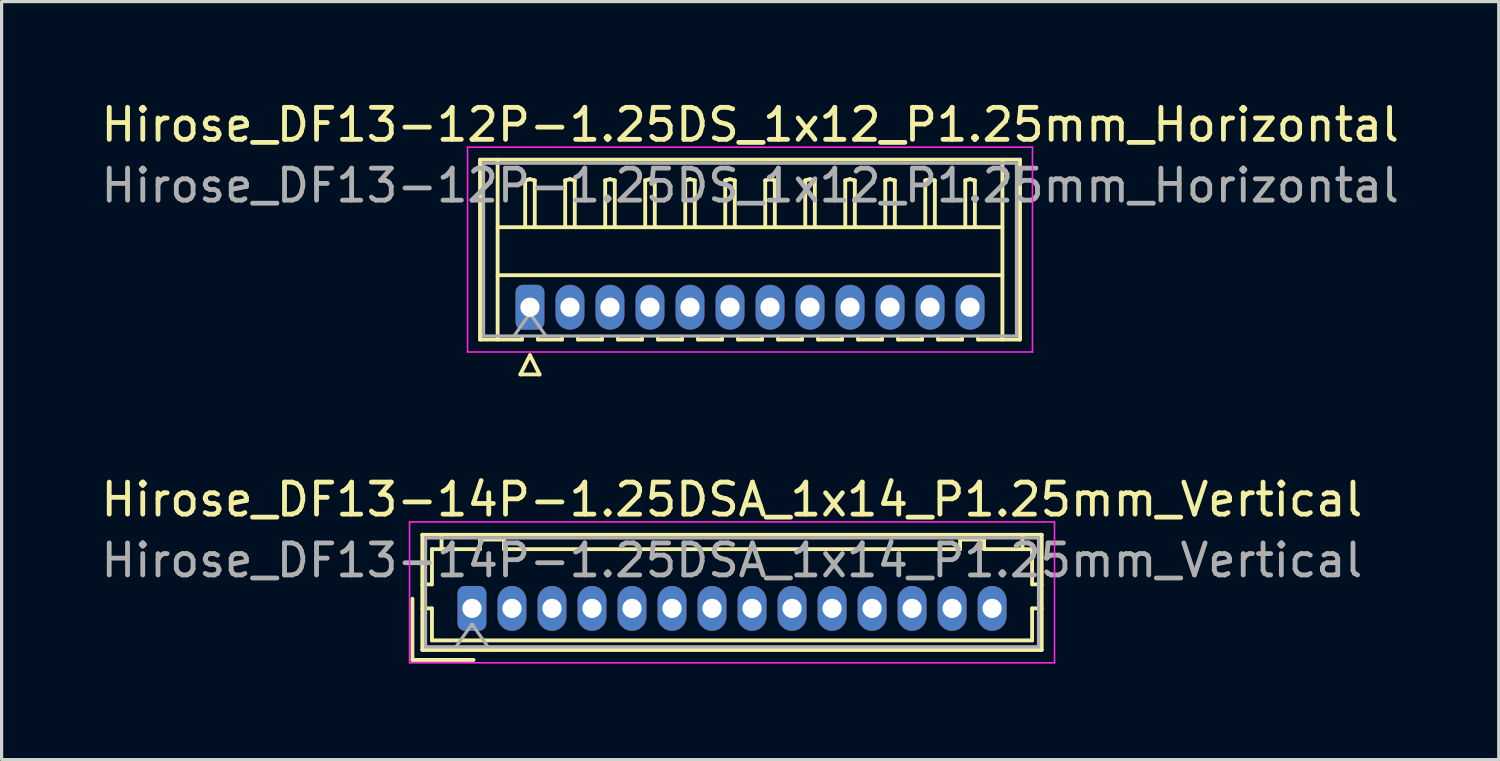
<source format=kicad_pcb>
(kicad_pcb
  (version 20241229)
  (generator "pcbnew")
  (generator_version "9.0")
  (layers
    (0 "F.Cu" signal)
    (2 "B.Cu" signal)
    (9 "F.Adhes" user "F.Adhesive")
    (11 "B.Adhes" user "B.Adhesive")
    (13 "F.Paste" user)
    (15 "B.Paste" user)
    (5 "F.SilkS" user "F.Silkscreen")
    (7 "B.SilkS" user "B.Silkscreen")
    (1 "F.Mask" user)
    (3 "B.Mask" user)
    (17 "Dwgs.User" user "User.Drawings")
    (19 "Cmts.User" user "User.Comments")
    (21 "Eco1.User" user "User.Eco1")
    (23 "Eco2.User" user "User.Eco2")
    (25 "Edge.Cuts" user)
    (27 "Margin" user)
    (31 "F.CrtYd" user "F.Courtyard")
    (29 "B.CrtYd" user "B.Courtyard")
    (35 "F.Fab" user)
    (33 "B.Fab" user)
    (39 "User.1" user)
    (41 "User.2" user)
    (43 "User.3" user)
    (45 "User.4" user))
  (footprint "Hirose_DF13-14P-1.25DSA_1x14_P1.25mm_Vertical"
    (layer "F.Cu")
    (at 11.695 15.957)
    (property "Reference" "Hirose_DF13-14P-1.25DSA_1x14_P1.25mm_Vertical" (at 8.12 -3.4 0) (layer "F.SilkS") (effects (font (size 1 1) (thickness 0.15))))
    (attr through_hole)
    (fp_line (start -1.86 -0.3) (end -1.86 1.61) (stroke (width 0.12) (type solid)) (layer "F.SilkS"))
    (fp_line (start -1.86 1.61) (end 0.05 1.61) (stroke (width 0.12) (type solid)) (layer "F.SilkS"))
    (fp_line (start -1.55 -2.3) (end -1.55 1.3) (stroke (width 0.12) (type solid)) (layer "F.SilkS"))
    (fp_line (start -1.55 -0.75) (end -1.25 -0.75) (stroke (width 0.12) (type solid)) (layer "F.SilkS"))
    (fp_line (start -1.55 0) (end -1.25 0) (stroke (width 0.12) (type solid)) (layer "F.SilkS"))
    (fp_line (start -1.55 1.3) (end 17.8 1.3) (stroke (width 0.12) (type solid)) (layer "F.SilkS"))
    (fp_line (start -1.25 -1.85) (end -0.95 -1.85) (stroke (width 0.12) (type solid)) (layer "F.SilkS"))
    (fp_line (start -1.25 -0.75) (end -1.25 -1.85) (stroke (width 0.12) (type solid)) (layer "F.SilkS"))
    (fp_line (start -1.25 0) (end -1.25 1) (stroke (width 0.12) (type solid)) (layer "F.SilkS"))
    (fp_line (start -1.25 1) (end 17.5 1) (stroke (width 0.12) (type solid)) (layer "F.SilkS"))
    (fp_line (start -0.95 -1.85) (end -0.95 -2.3) (stroke (width 0.12) (type solid)) (layer "F.SilkS"))
    (fp_line (start -0.95 -1.85) (end 0.25 -1.85) (stroke (width 0.12) (type solid)) (layer "F.SilkS"))
    (fp_line (start 0.25 -2.15) (end 1 -2.15) (stroke (width 0.12) (type solid)) (layer "F.SilkS"))
    (fp_line (start 0.25 -1.85) (end 0.25 -2.15) (stroke (width 0.12) (type solid)) (layer "F.SilkS"))
    (fp_line (start 1 -2.15) (end 1 -1.85) (stroke (width 0.12) (type solid)) (layer "F.SilkS"))
    (fp_line (start 1 -1.85) (end 15.25 -1.85) (stroke (width 0.12) (type solid)) (layer "F.SilkS"))
    (fp_line (start 15.25 -2.15) (end 16 -2.15) (stroke (width 0.12) (type solid)) (layer "F.SilkS"))
    (fp_line (start 15.25 -1.85) (end 15.25 -2.15) (stroke (width 0.12) (type solid)) (layer "F.SilkS"))
    (fp_line (start 16 -2.15) (end 16 -1.85) (stroke (width 0.12) (type solid)) (layer "F.SilkS"))
    (fp_line (start 16 -1.85) (end 17.2 -1.85) (stroke (width 0.12) (type solid)) (layer "F.SilkS"))
    (fp_line (start 17.2 -1.85) (end 17.2 -2.3) (stroke (width 0.12) (type solid)) (layer "F.SilkS"))
    (fp_line (start 17.5 -1.85) (end 17.2 -1.85) (stroke (width 0.12) (type solid)) (layer "F.SilkS"))
    (fp_line (start 17.5 -0.75) (end 17.5 -1.85) (stroke (width 0.12) (type solid)) (layer "F.SilkS"))
    (fp_line (start 17.5 0) (end 17.8 0) (stroke (width 0.12) (type solid)) (layer "F.SilkS"))
    (fp_line (start 17.5 1) (end 17.5 0) (stroke (width 0.12) (type solid)) (layer "F.SilkS"))
    (fp_line (start 17.8 -2.3) (end -1.55 -2.3) (stroke (width 0.12) (type solid)) (layer "F.SilkS"))
    (fp_line (start 17.8 -0.75) (end 17.5 -0.75) (stroke (width 0.12) (type solid)) (layer "F.SilkS"))
    (fp_line (start 17.8 1.3) (end 17.8 -2.3) (stroke (width 0.12) (type solid)) (layer "F.SilkS"))
    (fp_line (start -1.95 -2.7) (end -1.95 1.7) (stroke (width 0.05) (type solid)) (layer "F.CrtYd"))
    (fp_line (start -1.95 1.7) (end 18.2 1.7) (stroke (width 0.05) (type solid)) (layer "F.CrtYd"))
    (fp_line (start 18.2 -2.7) (end -1.95 -2.7) (stroke (width 0.05) (type solid)) (layer "F.CrtYd"))
    (fp_line (start 18.2 1.7) (end 18.2 -2.7) (stroke (width 0.05) (type solid)) (layer "F.CrtYd"))
    (fp_line (start -1.45 -2.2) (end -1.45 1.2) (stroke (width 0.1) (type solid)) (layer "F.Fab"))
    (fp_line (start -1.45 1.2) (end 17.7 1.2) (stroke (width 0.1) (type solid)) (layer "F.Fab"))
    (fp_line (start -0.5 1.2) (end 0 0.493) (stroke (width 0.1) (type solid)) (layer "F.Fab"))
    (fp_line (start 0 0.493) (end 0.5 1.2) (stroke (width 0.1) (type solid)) (layer "F.Fab"))
    (fp_line (start 17.7 -2.2) (end -1.45 -2.2) (stroke (width 0.1) (type solid)) (layer "F.Fab"))
    (fp_line (start 17.7 1.2) (end 17.7 -2.2) (stroke (width 0.1) (type solid)) (layer "F.Fab"))
    (fp_text user "${REFERENCE}" (at 8.12 -1.5 0) (layer "F.Fab") (effects (font (size 1 1) (thickness 0.15))))
    (pad "1" thru_hole roundrect (at 0 0) (size 0.9 1.4) (drill 0.6) (layers "*.Cu" "*.Mask") (roundrect_rratio 0.25))
    (pad "2" thru_hole oval (at 1.25 0) (size 0.9 1.4) (drill 0.6) (layers "*.Cu" "*.Mask"))
    (pad "3" thru_hole oval (at 2.5 0) (size 0.9 1.4) (drill 0.6) (layers "*.Cu" "*.Mask"))
    (pad "4" thru_hole oval (at 3.75 0) (size 0.9 1.4) (drill 0.6) (layers "*.Cu" "*.Mask"))
    (pad "5" thru_hole oval (at 5 0) (size 0.9 1.4) (drill 0.6) (layers "*.Cu" "*.Mask"))
    (pad "6" thru_hole oval (at 6.25 0) (size 0.9 1.4) (drill 0.6) (layers "*.Cu" "*.Mask"))
    (pad "7" thru_hole oval (at 7.5 0) (size 0.9 1.4) (drill 0.6) (layers "*.Cu" "*.Mask"))
    (pad "8" thru_hole oval (at 8.75 0) (size 0.9 1.4) (drill 0.6) (layers "*.Cu" "*.Mask"))
    (pad "9" thru_hole oval (at 10 0) (size 0.9 1.4) (drill 0.6) (layers "*.Cu" "*.Mask"))
    (pad "10" thru_hole oval (at 11.25 0) (size 0.9 1.4) (drill 0.6) (layers "*.Cu" "*.Mask"))
    (pad "11" thru_hole oval (at 12.5 0) (size 0.9 1.4) (drill 0.6) (layers "*.Cu" "*.Mask"))
    (pad "12" thru_hole oval (at 13.75 0) (size 0.9 1.4) (drill 0.6) (layers "*.Cu" "*.Mask"))
    (pad "13" thru_hole oval (at 15 0) (size 0.9 1.4) (drill 0.6) (layers "*.Cu" "*.Mask"))
    (pad "14" thru_hole oval (at 16.25 0) (size 0.9 1.4) (drill 0.6) (layers "*.Cu" "*.Mask")))
  (footprint "Hirose_DF13-12P-1.25DS_1x12_P1.25mm_Horizontal"
    (layer "F.Cu")
    (at 13.507 6.548)
    (property "Reference" "Hirose_DF13-12P-1.25DS_1x12_P1.25mm_Horizontal" (at 6.88 -5.7 0) (layer "F.SilkS") (effects (font (size 1 1) (thickness 0.15))))
    (attr through_hole)
    (fp_line (start -1.56 -4.61) (end 15.31 -4.61) (stroke (width 0.12) (type solid)) (layer "F.SilkS"))
    (fp_line (start -1.56 1.01) (end -1.56 -4.61) (stroke (width 0.12) (type solid)) (layer "F.SilkS"))
    (fp_line (start -1.01 -4.61) (end -1.01 1.01) (stroke (width 0.12) (type solid)) (layer "F.SilkS"))
    (fp_line (start -1.01 -2.5) (end 14.76 -2.5) (stroke (width 0.12) (type solid)) (layer "F.SilkS"))
    (fp_line (start -1.01 -1) (end 14.76 -1) (stroke (width 0.12) (type solid)) (layer "F.SilkS"))
    (fp_line (start -0.3 2.1) (end 0.3 2.1) (stroke (width 0.12) (type solid)) (layer "F.SilkS"))
    (fp_line (start -0.25 0.96) (end -0.25 1.01) (stroke (width 0.12) (type solid)) (layer "F.SilkS"))
    (fp_line (start -0.25 1.01) (end -1.56 1.01) (stroke (width 0.12) (type solid)) (layer "F.SilkS"))
    (fp_line (start -0.15 -3.962) (end 0 -4) (stroke (width 0.12) (type solid)) (layer "F.SilkS"))
    (fp_line (start -0.15 -2.5) (end -0.15 -3.962) (stroke (width 0.12) (type solid)) (layer "F.SilkS"))
    (fp_line (start 0 -4) (end 0.15 -3.962) (stroke (width 0.12) (type solid)) (layer "F.SilkS"))
    (fp_line (start 0 1.5) (end -0.3 2.1) (stroke (width 0.12) (type solid)) (layer "F.SilkS"))
    (fp_line (start 0.15 -3.962) (end 0.15 -2.5) (stroke (width 0.12) (type solid)) (layer "F.SilkS"))
    (fp_line (start 0.25 0.96) (end 0.25 1.01) (stroke (width 0.12) (type solid)) (layer "F.SilkS"))
    (fp_line (start 0.25 1.01) (end 1 1.01) (stroke (width 0.12) (type solid)) (layer "F.SilkS"))
    (fp_line (start 0.3 2.1) (end 0 1.5) (stroke (width 0.12) (type solid)) (layer "F.SilkS"))
    (fp_line (start 1 1.01) (end 1 0.96) (stroke (width 0.12) (type solid)) (layer "F.SilkS"))
    (fp_line (start 1.1 -3.962) (end 1.25 -4) (stroke (width 0.12) (type solid)) (layer "F.SilkS"))
    (fp_line (start 1.1 -2.5) (end 1.1 -3.962) (stroke (width 0.12) (type solid)) (layer "F.SilkS"))
    (fp_line (start 1.25 -4) (end 1.4 -3.962) (stroke (width 0.12) (type solid)) (layer "F.SilkS"))
    (fp_line (start 1.4 -3.962) (end 1.4 -2.5) (stroke (width 0.12) (type solid)) (layer "F.SilkS"))
    (fp_line (start 1.5 0.96) (end 1.5 1.01) (stroke (width 0.12) (type solid)) (layer "F.SilkS"))
    (fp_line (start 1.5 1.01) (end 2.25 1.01) (stroke (width 0.12) (type solid)) (layer "F.SilkS"))
    (fp_line (start 2.25 1.01) (end 2.25 0.96) (stroke (width 0.12) (type solid)) (layer "F.SilkS"))
    (fp_line (start 2.35 -3.962) (end 2.5 -4) (stroke (width 0.12) (type solid)) (layer "F.SilkS"))
    (fp_line (start 2.35 -2.5) (end 2.35 -3.962) (stroke (width 0.12) (type solid)) (layer "F.SilkS"))
    (fp_line (start 2.5 -4) (end 2.65 -3.962) (stroke (width 0.12) (type solid)) (layer "F.SilkS"))
    (fp_line (start 2.65 -3.962) (end 2.65 -2.5) (stroke (width 0.12) (type solid)) (layer "F.SilkS"))
    (fp_line (start 2.75 0.96) (end 2.75 1.01) (stroke (width 0.12) (type solid)) (layer "F.SilkS"))
    (fp_line (start 2.75 1.01) (end 3.5 1.01) (stroke (width 0.12) (type solid)) (layer "F.SilkS"))
    (fp_line (start 3.5 1.01) (end 3.5 0.96) (stroke (width 0.12) (type solid)) (layer "F.SilkS"))
    (fp_line (start 3.6 -3.962) (end 3.75 -4) (stroke (width 0.12) (type solid)) (layer "F.SilkS"))
    (fp_line (start 3.6 -2.5) (end 3.6 -3.962) (stroke (width 0.12) (type solid)) (layer "F.SilkS"))
    (fp_line (start 3.75 -4) (end 3.9 -3.962) (stroke (width 0.12) (type solid)) (layer "F.SilkS"))
    (fp_line (start 3.9 -3.962) (end 3.9 -2.5) (stroke (width 0.12) (type solid)) (layer "F.SilkS"))
    (fp_line (start 4 0.96) (end 4 1.01) (stroke (width 0.12) (type solid)) (layer "F.SilkS"))
    (fp_line (start 4 1.01) (end 4.75 1.01) (stroke (width 0.12) (type solid)) (layer "F.SilkS"))
    (fp_line (start 4.75 1.01) (end 4.75 0.96) (stroke (width 0.12) (type solid)) (layer "F.SilkS"))
    (fp_line (start 4.85 -3.962) (end 5 -4) (stroke (width 0.12) (type solid)) (layer "F.SilkS"))
    (fp_line (start 4.85 -2.5) (end 4.85 -3.962) (stroke (width 0.12) (type solid)) (layer "F.SilkS"))
    (fp_line (start 5 -4) (end 5.15 -3.962) (stroke (width 0.12) (type solid)) (layer "F.SilkS"))
    (fp_line (start 5.15 -3.962) (end 5.15 -2.5) (stroke (width 0.12) (type solid)) (layer "F.SilkS"))
    (fp_line (start 5.25 0.96) (end 5.25 1.01) (stroke (width 0.12) (type solid)) (layer "F.SilkS"))
    (fp_line (start 5.25 1.01) (end 6 1.01) (stroke (width 0.12) (type solid)) (layer "F.SilkS"))
    (fp_line (start 6 1.01) (end 6 0.96) (stroke (width 0.12) (type solid)) (layer "F.SilkS"))
    (fp_line (start 6.1 -3.962) (end 6.25 -4) (stroke (width 0.12) (type solid)) (layer "F.SilkS"))
    (fp_line (start 6.1 -2.5) (end 6.1 -3.962) (stroke (width 0.12) (type solid)) (layer "F.SilkS"))
    (fp_line (start 6.25 -4) (end 6.4 -3.962) (stroke (width 0.12) (type solid)) (layer "F.SilkS"))
    (fp_line (start 6.4 -3.962) (end 6.4 -2.5) (stroke (width 0.12) (type solid)) (layer "F.SilkS"))
    (fp_line (start 6.5 0.96) (end 6.5 1.01) (stroke (width 0.12) (type solid)) (layer "F.SilkS"))
    (fp_line (start 6.5 1.01) (end 7.25 1.01) (stroke (width 0.12) (type solid)) (layer "F.SilkS"))
    (fp_line (start 7.25 1.01) (end 7.25 0.96) (stroke (width 0.12) (type solid)) (layer "F.SilkS"))
    (fp_line (start 7.35 -3.962) (end 7.5 -4) (stroke (width 0.12) (type solid)) (layer "F.SilkS"))
    (fp_line (start 7.35 -2.5) (end 7.35 -3.962) (stroke (width 0.12) (type solid)) (layer "F.SilkS"))
    (fp_line (start 7.5 -4) (end 7.65 -3.962) (stroke (width 0.12) (type solid)) (layer "F.SilkS"))
    (fp_line (start 7.65 -3.962) (end 7.65 -2.5) (stroke (width 0.12) (type solid)) (layer "F.SilkS"))
    (fp_line (start 7.75 0.96) (end 7.75 1.01) (stroke (width 0.12) (type solid)) (layer "F.SilkS"))
    (fp_line (start 7.75 1.01) (end 8.5 1.01) (stroke (width 0.12) (type solid)) (layer "F.SilkS"))
    (fp_line (start 8.5 1.01) (end 8.5 0.96) (stroke (width 0.12) (type solid)) (layer "F.SilkS"))
    (fp_line (start 8.6 -3.962) (end 8.75 -4) (stroke (width 0.12) (type solid)) (layer "F.SilkS"))
    (fp_line (start 8.6 -2.5) (end 8.6 -3.962) (stroke (width 0.12) (type solid)) (layer "F.SilkS"))
    (fp_line (start 8.75 -4) (end 8.9 -3.962) (stroke (width 0.12) (type solid)) (layer "F.SilkS"))
    (fp_line (start 8.9 -3.962) (end 8.9 -2.5) (stroke (width 0.12) (type solid)) (layer "F.SilkS"))
    (fp_line (start 9 0.96) (end 9 1.01) (stroke (width 0.12) (type solid)) (layer "F.SilkS"))
    (fp_line (start 9 1.01) (end 9.75 1.01) (stroke (width 0.12) (type solid)) (layer "F.SilkS"))
    (fp_line (start 9.75 1.01) (end 9.75 0.96) (stroke (width 0.12) (type solid)) (layer "F.SilkS"))
    (fp_line (start 9.85 -3.962) (end 10 -4) (stroke (width 0.12) (type solid)) (layer "F.SilkS"))
    (fp_line (start 9.85 -2.5) (end 9.85 -3.962) (stroke (width 0.12) (type solid)) (layer "F.SilkS"))
    (fp_line (start 10 -4) (end 10.15 -3.962) (stroke (width 0.12) (type solid)) (layer "F.SilkS"))
    (fp_line (start 10.15 -3.962) (end 10.15 -2.5) (stroke (width 0.12) (type solid)) (layer "F.SilkS"))
    (fp_line (start 10.25 0.96) (end 10.25 1.01) (stroke (width 0.12) (type solid)) (layer "F.SilkS"))
    (fp_line (start 10.25 1.01) (end 11 1.01) (stroke (width 0.12) (type solid)) (layer "F.SilkS"))
    (fp_line (start 11 1.01) (end 11 0.96) (stroke (width 0.12) (type solid)) (layer "F.SilkS"))
    (fp_line (start 11.1 -3.962) (end 11.25 -4) (stroke (width 0.12) (type solid)) (layer "F.SilkS"))
    (fp_line (start 11.1 -2.5) (end 11.1 -3.962) (stroke (width 0.12) (type solid)) (layer "F.SilkS"))
    (fp_line (start 11.25 -4) (end 11.4 -3.962) (stroke (width 0.12) (type solid)) (layer "F.SilkS"))
    (fp_line (start 11.4 -3.962) (end 11.4 -2.5) (stroke (width 0.12) (type solid)) (layer "F.SilkS"))
    (fp_line (start 11.5 0.96) (end 11.5 1.01) (stroke (width 0.12) (type solid)) (layer "F.SilkS"))
    (fp_line (start 11.5 1.01) (end 12.25 1.01) (stroke (width 0.12) (type solid)) (layer "F.SilkS"))
    (fp_line (start 12.25 1.01) (end 12.25 0.96) (stroke (width 0.12) (type solid)) (layer "F.SilkS"))
    (fp_line (start 12.35 -3.962) (end 12.5 -4) (stroke (width 0.12) (type solid)) (layer "F.SilkS"))
    (fp_line (start 12.35 -2.5) (end 12.35 -3.962) (stroke (width 0.12) (type solid)) (layer "F.SilkS"))
    (fp_line (start 12.5 -4) (end 12.65 -3.962) (stroke (width 0.12) (type solid)) (layer "F.SilkS"))
    (fp_line (start 12.65 -3.962) (end 12.65 -2.5) (stroke (width 0.12) (type solid)) (layer "F.SilkS"))
    (fp_line (start 12.75 0.96) (end 12.75 1.01) (stroke (width 0.12) (type solid)) (layer "F.SilkS"))
    (fp_line (start 12.75 1.01) (end 13.5 1.01) (stroke (width 0.12) (type solid)) (layer "F.SilkS"))
    (fp_line (start 13.5 1.01) (end 13.5 0.96) (stroke (width 0.12) (type solid)) (layer "F.SilkS"))
    (fp_line (start 13.6 -3.962) (end 13.75 -4) (stroke (width 0.12) (type solid)) (layer "F.SilkS"))
    (fp_line (start 13.6 -2.5) (end 13.6 -3.962) (stroke (width 0.12) (type solid)) (layer "F.SilkS"))
    (fp_line (start 13.75 -4) (end 13.9 -3.962) (stroke (width 0.12) (type solid)) (layer "F.SilkS"))
    (fp_line (start 13.9 -3.962) (end 13.9 -2.5) (stroke (width 0.12) (type solid)) (layer "F.SilkS"))
    (fp_line (start 14 1.01) (end 14 0.96) (stroke (width 0.12) (type solid)) (layer "F.SilkS"))
    (fp_line (start 14.76 -4.61) (end 14.76 1.01) (stroke (width 0.12) (type solid)) (layer "F.SilkS"))
    (fp_line (start 15.31 -4.61) (end 15.31 1.01) (stroke (width 0.12) (type solid)) (layer "F.SilkS"))
    (fp_line (start 15.31 1.01) (end 14 1.01) (stroke (width 0.12) (type solid)) (layer "F.SilkS"))
    (fp_line (start -1.95 -5) (end -1.95 1.4) (stroke (width 0.05) (type solid)) (layer "F.CrtYd"))
    (fp_line (start -1.95 1.4) (end 15.7 1.4) (stroke (width 0.05) (type solid)) (layer "F.CrtYd"))
    (fp_line (start 15.7 -5) (end -1.95 -5) (stroke (width 0.05) (type solid)) (layer "F.CrtYd"))
    (fp_line (start 15.7 1.4) (end 15.7 -5) (stroke (width 0.05) (type solid)) (layer "F.CrtYd"))
    (fp_line (start -1.45 -4.5) (end -1.45 0.9) (stroke (width 0.1) (type solid)) (layer "F.Fab"))
    (fp_line (start -1.45 0.9) (end 15.2 0.9) (stroke (width 0.1) (type solid)) (layer "F.Fab"))
    (fp_line (start -0.5 0.9) (end 0 0.193) (stroke (width 0.1) (type solid)) (layer "F.Fab"))
    (fp_line (start 0 0.193) (end 0.5 0.9) (stroke (width 0.1) (type solid)) (layer "F.Fab"))
    (fp_line (start 15.2 -4.5) (end -1.45 -4.5) (stroke (width 0.1) (type solid)) (layer "F.Fab"))
    (fp_line (start 15.2 0.9) (end 15.2 -4.5) (stroke (width 0.1) (type solid)) (layer "F.Fab"))
    (fp_text user "${REFERENCE}" (at 6.88 -3.8 0) (layer "F.Fab") (effects (font (size 1 1) (thickness 0.15))))
    (pad "1" thru_hole roundrect (at 0 0) (size 0.9 1.4) (drill 0.6) (layers "*.Cu" "*.Mask") (roundrect_rratio 0.25))
    (pad "2" thru_hole oval (at 1.25 0) (size 0.9 1.4) (drill 0.6) (layers "*.Cu" "*.Mask"))
    (pad "3" thru_hole oval (at 2.5 0) (size 0.9 1.4) (drill 0.6) (layers "*.Cu" "*.Mask"))
    (pad "4" thru_hole oval (at 3.75 0) (size 0.9 1.4) (drill 0.6) (layers "*.Cu" "*.Mask"))
    (pad "5" thru_hole oval (at 5 0) (size 0.9 1.4) (drill 0.6) (layers "*.Cu" "*.Mask"))
    (pad "6" thru_hole oval (at 6.25 0) (size 0.9 1.4) (drill 0.6) (layers "*.Cu" "*.Mask"))
    (pad "7" thru_hole oval (at 7.5 0) (size 0.9 1.4) (drill 0.6) (layers "*.Cu" "*.Mask"))
    (pad "8" thru_hole oval (at 8.75 0) (size 0.9 1.4) (drill 0.6) (layers "*.Cu" "*.Mask"))
    (pad "9" thru_hole oval (at 10 0) (size 0.9 1.4) (drill 0.6) (layers "*.Cu" "*.Mask"))
    (pad "10" thru_hole oval (at 11.25 0) (size 0.9 1.4) (drill 0.6) (layers "*.Cu" "*.Mask"))
    (pad "11" thru_hole oval (at 12.5 0) (size 0.9 1.4) (drill 0.6) (layers "*.Cu" "*.Mask"))
    (pad "12" thru_hole oval (at 13.75 0) (size 0.9 1.4) (drill 0.6) (layers "*.Cu" "*.Mask")))
  (gr_rect
    (start -3 -3)
    (end 43.774 20.681)
    (stroke (width 0.1) (type default))
    (fill no)
    (layer "Edge.Cuts")))
</source>
